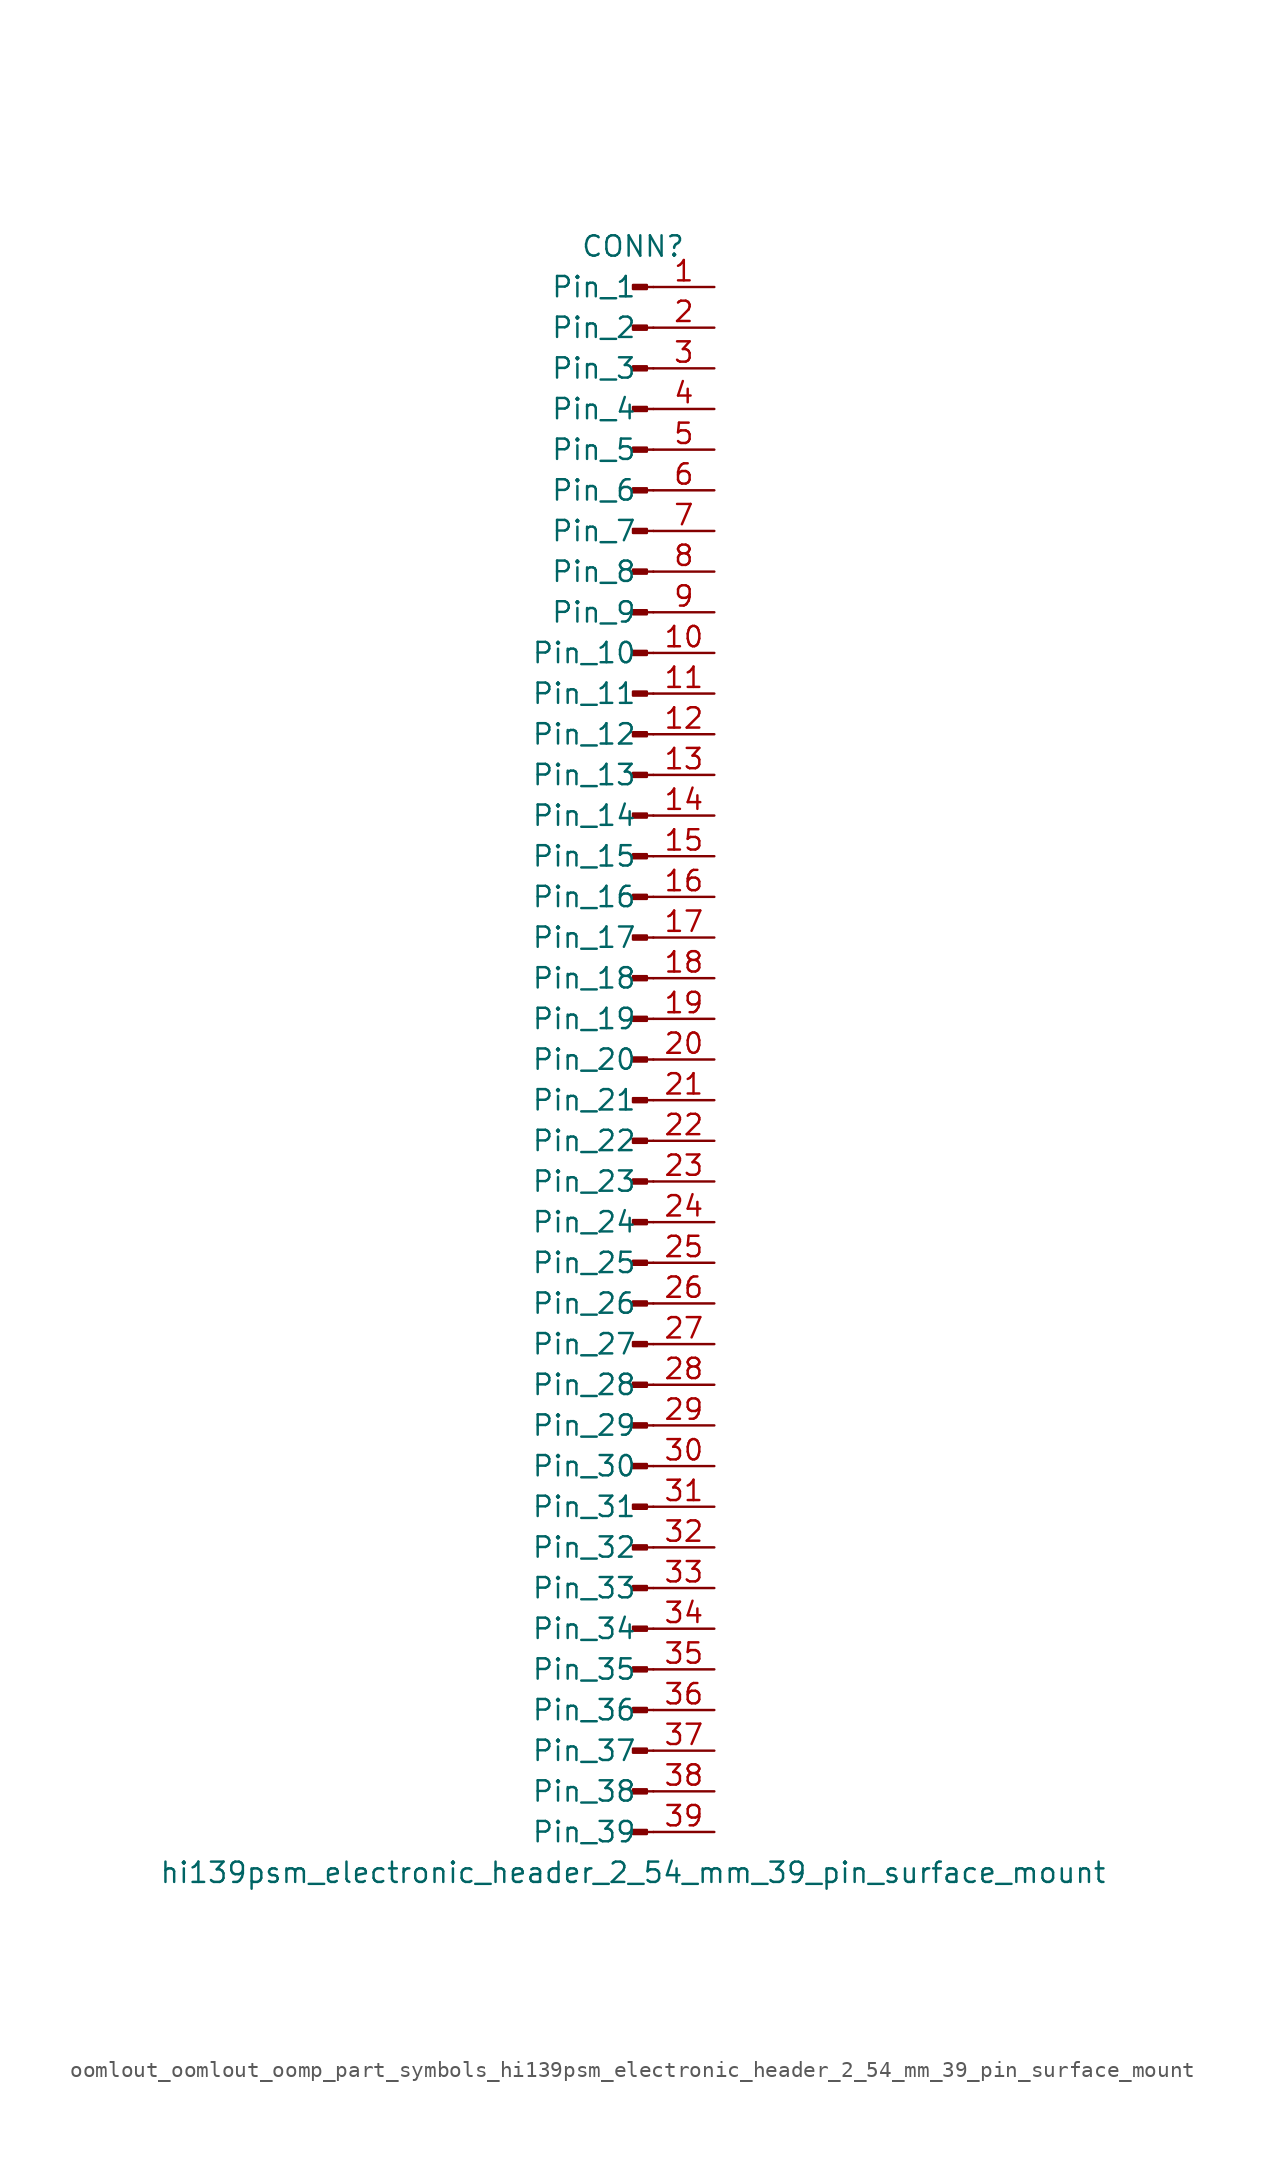
<source format=kicad_sym>
(kicad_symbol_lib
  (version 20220914)
  (generator kicad_symbol_editor)
  (symbol "oomlout_oomlout_oomp_part_symbols_hi139psm_electronic_header_2_54_mm_39_pin_surface_mount"
    (pin_names
      (offset 1.016))
    (property "Reference" "CONN"
      (at 0 50.8 0)
      (effects (font (size 1.27 1.27))))
    (property "Value" "hi139psm_electronic_header_2_54_mm_39_pin_surface_mount"
      (at 0 -50.8 0)
      (effects (font (size 1.27 1.27))))
    (property "ki_locked" ""
      (at 0 0 0)
      (effects (font (size 1.27 1.27))))
    (symbol "oomlout_oomlout_oomp_part_symbols_hi139psm_electronic_header_2_54_mm_39_pin_surface_mount_1_1"
      (polyline (pts (xy 1.27 -48.26) (xy 0.864 -48.26)) (stroke (width 0.152) (type default)) (fill (type none)))
      (polyline (pts (xy 1.27 -45.72) (xy 0.864 -45.72)) (stroke (width 0.152) (type default)) (fill (type none)))
      (polyline (pts (xy 1.27 -43.18) (xy 0.864 -43.18)) (stroke (width 0.152) (type default)) (fill (type none)))
      (polyline (pts (xy 1.27 -40.64) (xy 0.864 -40.64)) (stroke (width 0.152) (type default)) (fill (type none)))
      (polyline (pts (xy 1.27 -38.1) (xy 0.864 -38.1)) (stroke (width 0.152) (type default)) (fill (type none)))
      (polyline (pts (xy 1.27 -35.56) (xy 0.864 -35.56)) (stroke (width 0.152) (type default)) (fill (type none)))
      (polyline (pts (xy 1.27 -33.02) (xy 0.864 -33.02)) (stroke (width 0.152) (type default)) (fill (type none)))
      (polyline (pts (xy 1.27 -30.48) (xy 0.864 -30.48)) (stroke (width 0.152) (type default)) (fill (type none)))
      (polyline (pts (xy 1.27 -27.94) (xy 0.864 -27.94)) (stroke (width 0.152) (type default)) (fill (type none)))
      (polyline (pts (xy 1.27 -25.4) (xy 0.864 -25.4)) (stroke (width 0.152) (type default)) (fill (type none)))
      (polyline (pts (xy 1.27 -22.86) (xy 0.864 -22.86)) (stroke (width 0.152) (type default)) (fill (type none)))
      (polyline (pts (xy 1.27 -20.32) (xy 0.864 -20.32)) (stroke (width 0.152) (type default)) (fill (type none)))
      (polyline (pts (xy 1.27 -17.78) (xy 0.864 -17.78)) (stroke (width 0.152) (type default)) (fill (type none)))
      (polyline (pts (xy 1.27 -15.24) (xy 0.864 -15.24)) (stroke (width 0.152) (type default)) (fill (type none)))
      (polyline (pts (xy 1.27 -12.7) (xy 0.864 -12.7)) (stroke (width 0.152) (type default)) (fill (type none)))
      (polyline (pts (xy 1.27 -10.16) (xy 0.864 -10.16)) (stroke (width 0.152) (type default)) (fill (type none)))
      (polyline (pts (xy 1.27 -7.62) (xy 0.864 -7.62)) (stroke (width 0.152) (type default)) (fill (type none)))
      (polyline (pts (xy 1.27 -5.08) (xy 0.864 -5.08)) (stroke (width 0.152) (type default)) (fill (type none)))
      (polyline (pts (xy 1.27 -2.54) (xy 0.864 -2.54)) (stroke (width 0.152) (type default)) (fill (type none)))
      (polyline (pts (xy 1.27 0) (xy 0.864 0)) (stroke (width 0.152) (type default)) (fill (type none)))
      (polyline (pts (xy 1.27 2.54) (xy 0.864 2.54)) (stroke (width 0.152) (type default)) (fill (type none)))
      (polyline (pts (xy 1.27 5.08) (xy 0.864 5.08)) (stroke (width 0.152) (type default)) (fill (type none)))
      (polyline (pts (xy 1.27 7.62) (xy 0.864 7.62)) (stroke (width 0.152) (type default)) (fill (type none)))
      (polyline (pts (xy 1.27 10.16) (xy 0.864 10.16)) (stroke (width 0.152) (type default)) (fill (type none)))
      (polyline (pts (xy 1.27 12.7) (xy 0.864 12.7)) (stroke (width 0.152) (type default)) (fill (type none)))
      (polyline (pts (xy 1.27 15.24) (xy 0.864 15.24)) (stroke (width 0.152) (type default)) (fill (type none)))
      (polyline (pts (xy 1.27 17.78) (xy 0.864 17.78)) (stroke (width 0.152) (type default)) (fill (type none)))
      (polyline (pts (xy 1.27 20.32) (xy 0.864 20.32)) (stroke (width 0.152) (type default)) (fill (type none)))
      (polyline (pts (xy 1.27 22.86) (xy 0.864 22.86)) (stroke (width 0.152) (type default)) (fill (type none)))
      (polyline (pts (xy 1.27 25.4) (xy 0.864 25.4)) (stroke (width 0.152) (type default)) (fill (type none)))
      (polyline (pts (xy 1.27 27.94) (xy 0.864 27.94)) (stroke (width 0.152) (type default)) (fill (type none)))
      (polyline (pts (xy 1.27 30.48) (xy 0.864 30.48)) (stroke (width 0.152) (type default)) (fill (type none)))
      (polyline (pts (xy 1.27 33.02) (xy 0.864 33.02)) (stroke (width 0.152) (type default)) (fill (type none)))
      (polyline (pts (xy 1.27 35.56) (xy 0.864 35.56)) (stroke (width 0.152) (type default)) (fill (type none)))
      (polyline (pts (xy 1.27 38.1) (xy 0.864 38.1)) (stroke (width 0.152) (type default)) (fill (type none)))
      (polyline (pts (xy 1.27 40.64) (xy 0.864 40.64)) (stroke (width 0.152) (type default)) (fill (type none)))
      (polyline (pts (xy 1.27 43.18) (xy 0.864 43.18)) (stroke (width 0.152) (type default)) (fill (type none)))
      (polyline (pts (xy 1.27 45.72) (xy 0.864 45.72)) (stroke (width 0.152) (type default)) (fill (type none)))
      (polyline (pts (xy 1.27 48.26) (xy 0.864 48.26)) (stroke (width 0.152) (type default)) (fill (type none)))
      (rectangle (start 0.864 -48.133) (end 0 -48.387) (stroke (width 0.152) (type default)) (fill (type outline)))
      (rectangle (start 0.864 -45.593) (end 0 -45.847) (stroke (width 0.152) (type default)) (fill (type outline)))
      (rectangle (start 0.864 -43.053) (end 0 -43.307) (stroke (width 0.152) (type default)) (fill (type outline)))
      (rectangle (start 0.864 -40.513) (end 0 -40.767) (stroke (width 0.152) (type default)) (fill (type outline)))
      (rectangle (start 0.864 -37.973) (end 0 -38.227) (stroke (width 0.152) (type default)) (fill (type outline)))
      (rectangle (start 0.864 -35.433) (end 0 -35.687) (stroke (width 0.152) (type default)) (fill (type outline)))
      (rectangle (start 0.864 -32.893) (end 0 -33.147) (stroke (width 0.152) (type default)) (fill (type outline)))
      (rectangle (start 0.864 -30.353) (end 0 -30.607) (stroke (width 0.152) (type default)) (fill (type outline)))
      (rectangle (start 0.864 -27.813) (end 0 -28.067) (stroke (width 0.152) (type default)) (fill (type outline)))
      (rectangle (start 0.864 -25.273) (end 0 -25.527) (stroke (width 0.152) (type default)) (fill (type outline)))
      (rectangle (start 0.864 -22.733) (end 0 -22.987) (stroke (width 0.152) (type default)) (fill (type outline)))
      (rectangle (start 0.864 -20.193) (end 0 -20.447) (stroke (width 0.152) (type default)) (fill (type outline)))
      (rectangle (start 0.864 -17.653) (end 0 -17.907) (stroke (width 0.152) (type default)) (fill (type outline)))
      (rectangle (start 0.864 -15.113) (end 0 -15.367) (stroke (width 0.152) (type default)) (fill (type outline)))
      (rectangle (start 0.864 -12.573) (end 0 -12.827) (stroke (width 0.152) (type default)) (fill (type outline)))
      (rectangle (start 0.864 -10.033) (end 0 -10.287) (stroke (width 0.152) (type default)) (fill (type outline)))
      (rectangle (start 0.864 -7.493) (end 0 -7.747) (stroke (width 0.152) (type default)) (fill (type outline)))
      (rectangle (start 0.864 -4.953) (end 0 -5.207) (stroke (width 0.152) (type default)) (fill (type outline)))
      (rectangle (start 0.864 -2.413) (end 0 -2.667) (stroke (width 0.152) (type default)) (fill (type outline)))
      (rectangle (start 0.864 0.127) (end 0 -0.127) (stroke (width 0.152) (type default)) (fill (type outline)))
      (rectangle (start 0.864 2.667) (end 0 2.413) (stroke (width 0.152) (type default)) (fill (type outline)))
      (rectangle (start 0.864 5.207) (end 0 4.953) (stroke (width 0.152) (type default)) (fill (type outline)))
      (rectangle (start 0.864 7.747) (end 0 7.493) (stroke (width 0.152) (type default)) (fill (type outline)))
      (rectangle (start 0.864 10.287) (end 0 10.033) (stroke (width 0.152) (type default)) (fill (type outline)))
      (rectangle (start 0.864 12.827) (end 0 12.573) (stroke (width 0.152) (type default)) (fill (type outline)))
      (rectangle (start 0.864 15.367) (end 0 15.113) (stroke (width 0.152) (type default)) (fill (type outline)))
      (rectangle (start 0.864 17.907) (end 0 17.653) (stroke (width 0.152) (type default)) (fill (type outline)))
      (rectangle (start 0.864 20.447) (end 0 20.193) (stroke (width 0.152) (type default)) (fill (type outline)))
      (rectangle (start 0.864 22.987) (end 0 22.733) (stroke (width 0.152) (type default)) (fill (type outline)))
      (rectangle (start 0.864 25.527) (end 0 25.273) (stroke (width 0.152) (type default)) (fill (type outline)))
      (rectangle (start 0.864 28.067) (end 0 27.813) (stroke (width 0.152) (type default)) (fill (type outline)))
      (rectangle (start 0.864 30.607) (end 0 30.353) (stroke (width 0.152) (type default)) (fill (type outline)))
      (rectangle (start 0.864 33.147) (end 0 32.893) (stroke (width 0.152) (type default)) (fill (type outline)))
      (rectangle (start 0.864 35.687) (end 0 35.433) (stroke (width 0.152) (type default)) (fill (type outline)))
      (rectangle (start 0.864 38.227) (end 0 37.973) (stroke (width 0.152) (type default)) (fill (type outline)))
      (rectangle (start 0.864 40.767) (end 0 40.513) (stroke (width 0.152) (type default)) (fill (type outline)))
      (rectangle (start 0.864 43.307) (end 0 43.053) (stroke (width 0.152) (type default)) (fill (type outline)))
      (rectangle (start 0.864 45.847) (end 0 45.593) (stroke (width 0.152) (type default)) (fill (type outline)))
      (rectangle (start 0.864 48.387) (end 0 48.133) (stroke (width 0.152) (type default)) (fill (type outline)))
      (pin passive line (at 5.08 48.26 180) (length 3.81) (name "Pin_1" (effects (font (size 1.27 1.27)))) (number "1" (effects (font (size 1.27 1.27)))))
      (pin passive line (at 5.08 25.4 180) (length 3.81) (name "Pin_10" (effects (font (size 1.27 1.27)))) (number "10" (effects (font (size 1.27 1.27)))))
      (pin passive line (at 5.08 22.86 180) (length 3.81) (name "Pin_11" (effects (font (size 1.27 1.27)))) (number "11" (effects (font (size 1.27 1.27)))))
      (pin passive line (at 5.08 20.32 180) (length 3.81) (name "Pin_12" (effects (font (size 1.27 1.27)))) (number "12" (effects (font (size 1.27 1.27)))))
      (pin passive line (at 5.08 17.78 180) (length 3.81) (name "Pin_13" (effects (font (size 1.27 1.27)))) (number "13" (effects (font (size 1.27 1.27)))))
      (pin passive line (at 5.08 15.24 180) (length 3.81) (name "Pin_14" (effects (font (size 1.27 1.27)))) (number "14" (effects (font (size 1.27 1.27)))))
      (pin passive line (at 5.08 12.7 180) (length 3.81) (name "Pin_15" (effects (font (size 1.27 1.27)))) (number "15" (effects (font (size 1.27 1.27)))))
      (pin passive line (at 5.08 10.16 180) (length 3.81) (name "Pin_16" (effects (font (size 1.27 1.27)))) (number "16" (effects (font (size 1.27 1.27)))))
      (pin passive line (at 5.08 7.62 180) (length 3.81) (name "Pin_17" (effects (font (size 1.27 1.27)))) (number "17" (effects (font (size 1.27 1.27)))))
      (pin passive line (at 5.08 5.08 180) (length 3.81) (name "Pin_18" (effects (font (size 1.27 1.27)))) (number "18" (effects (font (size 1.27 1.27)))))
      (pin passive line (at 5.08 2.54 180) (length 3.81) (name "Pin_19" (effects (font (size 1.27 1.27)))) (number "19" (effects (font (size 1.27 1.27)))))
      (pin passive line (at 5.08 45.72 180) (length 3.81) (name "Pin_2" (effects (font (size 1.27 1.27)))) (number "2" (effects (font (size 1.27 1.27)))))
      (pin passive line (at 5.08 0 180) (length 3.81) (name "Pin_20" (effects (font (size 1.27 1.27)))) (number "20" (effects (font (size 1.27 1.27)))))
      (pin passive line (at 5.08 -2.54 180) (length 3.81) (name "Pin_21" (effects (font (size 1.27 1.27)))) (number "21" (effects (font (size 1.27 1.27)))))
      (pin passive line (at 5.08 -5.08 180) (length 3.81) (name "Pin_22" (effects (font (size 1.27 1.27)))) (number "22" (effects (font (size 1.27 1.27)))))
      (pin passive line (at 5.08 -7.62 180) (length 3.81) (name "Pin_23" (effects (font (size 1.27 1.27)))) (number "23" (effects (font (size 1.27 1.27)))))
      (pin passive line (at 5.08 -10.16 180) (length 3.81) (name "Pin_24" (effects (font (size 1.27 1.27)))) (number "24" (effects (font (size 1.27 1.27)))))
      (pin passive line (at 5.08 -12.7 180) (length 3.81) (name "Pin_25" (effects (font (size 1.27 1.27)))) (number "25" (effects (font (size 1.27 1.27)))))
      (pin passive line (at 5.08 -15.24 180) (length 3.81) (name "Pin_26" (effects (font (size 1.27 1.27)))) (number "26" (effects (font (size 1.27 1.27)))))
      (pin passive line (at 5.08 -17.78 180) (length 3.81) (name "Pin_27" (effects (font (size 1.27 1.27)))) (number "27" (effects (font (size 1.27 1.27)))))
      (pin passive line (at 5.08 -20.32 180) (length 3.81) (name "Pin_28" (effects (font (size 1.27 1.27)))) (number "28" (effects (font (size 1.27 1.27)))))
      (pin passive line (at 5.08 -22.86 180) (length 3.81) (name "Pin_29" (effects (font (size 1.27 1.27)))) (number "29" (effects (font (size 1.27 1.27)))))
      (pin passive line (at 5.08 43.18 180) (length 3.81) (name "Pin_3" (effects (font (size 1.27 1.27)))) (number "3" (effects (font (size 1.27 1.27)))))
      (pin passive line (at 5.08 -25.4 180) (length 3.81) (name "Pin_30" (effects (font (size 1.27 1.27)))) (number "30" (effects (font (size 1.27 1.27)))))
      (pin passive line (at 5.08 -27.94 180) (length 3.81) (name "Pin_31" (effects (font (size 1.27 1.27)))) (number "31" (effects (font (size 1.27 1.27)))))
      (pin passive line (at 5.08 -30.48 180) (length 3.81) (name "Pin_32" (effects (font (size 1.27 1.27)))) (number "32" (effects (font (size 1.27 1.27)))))
      (pin passive line (at 5.08 -33.02 180) (length 3.81) (name "Pin_33" (effects (font (size 1.27 1.27)))) (number "33" (effects (font (size 1.27 1.27)))))
      (pin passive line (at 5.08 -35.56 180) (length 3.81) (name "Pin_34" (effects (font (size 1.27 1.27)))) (number "34" (effects (font (size 1.27 1.27)))))
      (pin passive line (at 5.08 -38.1 180) (length 3.81) (name "Pin_35" (effects (font (size 1.27 1.27)))) (number "35" (effects (font (size 1.27 1.27)))))
      (pin passive line (at 5.08 -40.64 180) (length 3.81) (name "Pin_36" (effects (font (size 1.27 1.27)))) (number "36" (effects (font (size 1.27 1.27)))))
      (pin passive line (at 5.08 -43.18 180) (length 3.81) (name "Pin_37" (effects (font (size 1.27 1.27)))) (number "37" (effects (font (size 1.27 1.27)))))
      (pin passive line (at 5.08 -45.72 180) (length 3.81) (name "Pin_38" (effects (font (size 1.27 1.27)))) (number "38" (effects (font (size 1.27 1.27)))))
      (pin passive line (at 5.08 -48.26 180) (length 3.81) (name "Pin_39" (effects (font (size 1.27 1.27)))) (number "39" (effects (font (size 1.27 1.27)))))
      (pin passive line (at 5.08 40.64 180) (length 3.81) (name "Pin_4" (effects (font (size 1.27 1.27)))) (number "4" (effects (font (size 1.27 1.27)))))
      (pin passive line (at 5.08 38.1 180) (length 3.81) (name "Pin_5" (effects (font (size 1.27 1.27)))) (number "5" (effects (font (size 1.27 1.27)))))
      (pin passive line (at 5.08 35.56 180) (length 3.81) (name "Pin_6" (effects (font (size 1.27 1.27)))) (number "6" (effects (font (size 1.27 1.27)))))
      (pin passive line (at 5.08 33.02 180) (length 3.81) (name "Pin_7" (effects (font (size 1.27 1.27)))) (number "7" (effects (font (size 1.27 1.27)))))
      (pin passive line (at 5.08 30.48 180) (length 3.81) (name "Pin_8" (effects (font (size 1.27 1.27)))) (number "8" (effects (font (size 1.27 1.27)))))
      (pin passive line (at 5.08 27.94 180) (length 3.81) (name "Pin_9" (effects (font (size 1.27 1.27)))) (number "9" (effects (font (size 1.27 1.27))))))))
</source>
